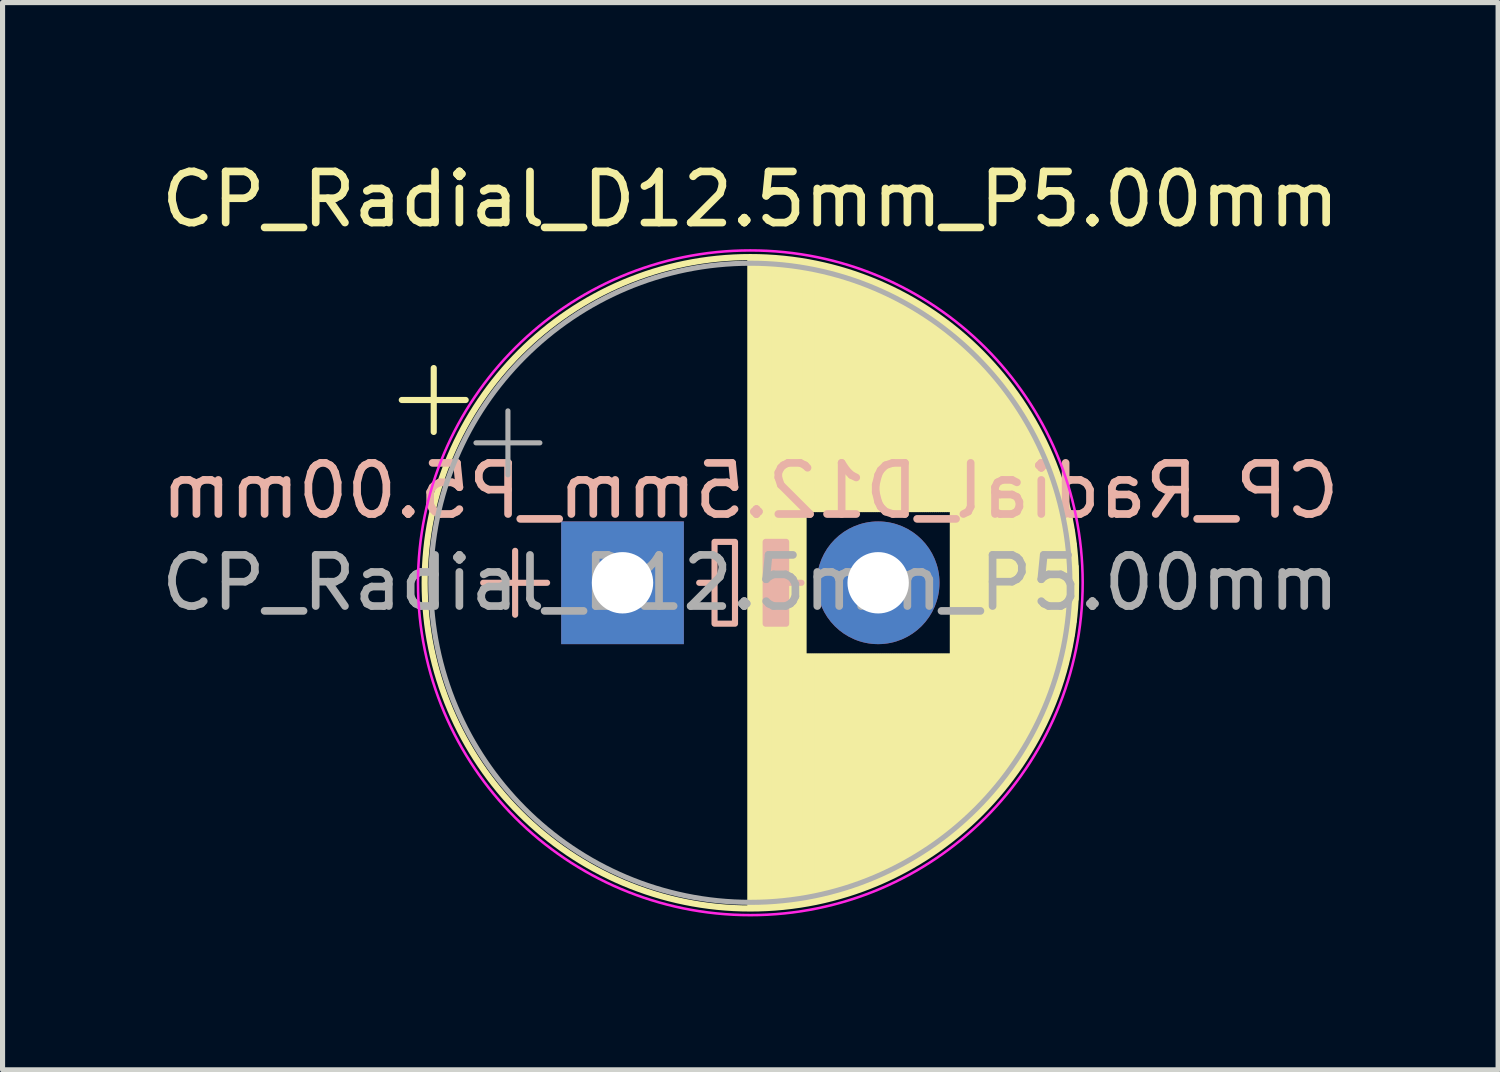
<source format=kicad_pcb>
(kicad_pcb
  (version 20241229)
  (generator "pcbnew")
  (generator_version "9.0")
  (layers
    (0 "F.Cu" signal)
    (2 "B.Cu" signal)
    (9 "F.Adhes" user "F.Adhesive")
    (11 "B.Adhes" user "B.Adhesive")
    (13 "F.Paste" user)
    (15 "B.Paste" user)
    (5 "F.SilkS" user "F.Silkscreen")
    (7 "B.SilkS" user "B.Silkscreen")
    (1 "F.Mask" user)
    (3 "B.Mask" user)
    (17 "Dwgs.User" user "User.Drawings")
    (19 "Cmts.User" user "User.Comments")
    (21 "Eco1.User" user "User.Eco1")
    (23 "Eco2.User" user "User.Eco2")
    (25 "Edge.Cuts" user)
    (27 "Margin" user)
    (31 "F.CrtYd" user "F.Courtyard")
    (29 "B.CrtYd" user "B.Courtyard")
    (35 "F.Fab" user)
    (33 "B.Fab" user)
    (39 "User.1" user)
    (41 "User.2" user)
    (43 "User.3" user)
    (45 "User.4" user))
  (footprint "CP_Radial_D12.5mm_P5.00mm"
    (layer "F.Cu")
    (at 9.125 8.348)
    (property "Reference" "CP_Radial_D12.5mm_P5.00mm" (at 2.5 -7.5 0) (layer "F.SilkS") (effects (font (size 1 1) (thickness 0.15))))
    (fp_line (start -4.317 -3.575) (end -3.067 -3.575) (stroke (width 0.12) (type solid)) (layer "F.SilkS"))
    (fp_line (start -3.692 -4.2) (end -3.692 -2.95) (stroke (width 0.12) (type solid)) (layer "F.SilkS"))
    (fp_line (start 2.5 -6.33) (end 2.5 6.33) (stroke (width 0.12) (type solid)) (layer "F.SilkS"))
    (fp_line (start 2.54 -6.33) (end 2.54 6.33) (stroke (width 0.12) (type solid)) (layer "F.SilkS"))
    (fp_line (start 2.58 -6.33) (end 2.58 6.33) (stroke (width 0.12) (type solid)) (layer "F.SilkS"))
    (fp_line (start 2.62 -6.329) (end 2.62 6.329) (stroke (width 0.12) (type solid)) (layer "F.SilkS"))
    (fp_line (start 2.66 -6.328) (end 2.66 6.328) (stroke (width 0.12) (type solid)) (layer "F.SilkS"))
    (fp_line (start 2.7 -6.327) (end 2.7 6.327) (stroke (width 0.12) (type solid)) (layer "F.SilkS"))
    (fp_line (start 2.74 -6.326) (end 2.74 6.326) (stroke (width 0.12) (type solid)) (layer "F.SilkS"))
    (fp_line (start 2.78 -6.324) (end 2.78 6.324) (stroke (width 0.12) (type solid)) (layer "F.SilkS"))
    (fp_line (start 2.82 -6.322) (end 2.82 6.322) (stroke (width 0.12) (type solid)) (layer "F.SilkS"))
    (fp_line (start 2.86 -6.32) (end 2.86 6.32) (stroke (width 0.12) (type solid)) (layer "F.SilkS"))
    (fp_line (start 2.9 -6.318) (end 2.9 6.318) (stroke (width 0.12) (type solid)) (layer "F.SilkS"))
    (fp_line (start 2.94 -6.315) (end 2.94 6.315) (stroke (width 0.12) (type solid)) (layer "F.SilkS"))
    (fp_line (start 2.98 -6.312) (end 2.98 6.312) (stroke (width 0.12) (type solid)) (layer "F.SilkS"))
    (fp_line (start 3.02 -6.309) (end 3.02 6.309) (stroke (width 0.12) (type solid)) (layer "F.SilkS"))
    (fp_line (start 3.06 -6.306) (end 3.06 6.306) (stroke (width 0.12) (type solid)) (layer "F.SilkS"))
    (fp_line (start 3.1 -6.302) (end 3.1 6.302) (stroke (width 0.12) (type solid)) (layer "F.SilkS"))
    (fp_line (start 3.14 -6.298) (end 3.14 6.298) (stroke (width 0.12) (type solid)) (layer "F.SilkS"))
    (fp_line (start 3.18 -6.294) (end 3.18 6.294) (stroke (width 0.12) (type solid)) (layer "F.SilkS"))
    (fp_line (start 3.221 -6.29) (end 3.221 6.29) (stroke (width 0.12) (type solid)) (layer "F.SilkS"))
    (fp_line (start 3.261 -6.285) (end 3.261 6.285) (stroke (width 0.12) (type solid)) (layer "F.SilkS"))
    (fp_line (start 3.301 -6.28) (end 3.301 6.28) (stroke (width 0.12) (type solid)) (layer "F.SilkS"))
    (fp_line (start 3.341 -6.275) (end 3.341 6.275) (stroke (width 0.12) (type solid)) (layer "F.SilkS"))
    (fp_line (start 3.381 -6.269) (end 3.381 6.269) (stroke (width 0.12) (type solid)) (layer "F.SilkS"))
    (fp_line (start 3.421 -6.264) (end 3.421 6.264) (stroke (width 0.12) (type solid)) (layer "F.SilkS"))
    (fp_line (start 3.461 -6.258) (end 3.461 6.258) (stroke (width 0.12) (type solid)) (layer "F.SilkS"))
    (fp_line (start 3.501 -6.252) (end 3.501 6.252) (stroke (width 0.12) (type solid)) (layer "F.SilkS"))
    (fp_line (start 3.541 -6.245) (end 3.541 6.245) (stroke (width 0.12) (type solid)) (layer "F.SilkS"))
    (fp_line (start 3.581 -6.238) (end 3.581 -1.44) (stroke (width 0.12) (type solid)) (layer "F.SilkS"))
    (fp_line (start 3.581 1.44) (end 3.581 6.238) (stroke (width 0.12) (type solid)) (layer "F.SilkS"))
    (fp_line (start 3.621 -6.231) (end 3.621 -1.44) (stroke (width 0.12) (type solid)) (layer "F.SilkS"))
    (fp_line (start 3.621 1.44) (end 3.621 6.231) (stroke (width 0.12) (type solid)) (layer "F.SilkS"))
    (fp_line (start 3.661 -6.224) (end 3.661 -1.44) (stroke (width 0.12) (type solid)) (layer "F.SilkS"))
    (fp_line (start 3.661 1.44) (end 3.661 6.224) (stroke (width 0.12) (type solid)) (layer "F.SilkS"))
    (fp_line (start 3.701 -6.216) (end 3.701 -1.44) (stroke (width 0.12) (type solid)) (layer "F.SilkS"))
    (fp_line (start 3.701 1.44) (end 3.701 6.216) (stroke (width 0.12) (type solid)) (layer "F.SilkS"))
    (fp_line (start 3.741 -6.209) (end 3.741 -1.44) (stroke (width 0.12) (type solid)) (layer "F.SilkS"))
    (fp_line (start 3.741 1.44) (end 3.741 6.209) (stroke (width 0.12) (type solid)) (layer "F.SilkS"))
    (fp_line (start 3.781 -6.201) (end 3.781 -1.44) (stroke (width 0.12) (type solid)) (layer "F.SilkS"))
    (fp_line (start 3.781 1.44) (end 3.781 6.201) (stroke (width 0.12) (type solid)) (layer "F.SilkS"))
    (fp_line (start 3.821 -6.192) (end 3.821 -1.44) (stroke (width 0.12) (type solid)) (layer "F.SilkS"))
    (fp_line (start 3.821 1.44) (end 3.821 6.192) (stroke (width 0.12) (type solid)) (layer "F.SilkS"))
    (fp_line (start 3.861 -6.184) (end 3.861 -1.44) (stroke (width 0.12) (type solid)) (layer "F.SilkS"))
    (fp_line (start 3.861 1.44) (end 3.861 6.184) (stroke (width 0.12) (type solid)) (layer "F.SilkS"))
    (fp_line (start 3.901 -6.175) (end 3.901 -1.44) (stroke (width 0.12) (type solid)) (layer "F.SilkS"))
    (fp_line (start 3.901 1.44) (end 3.901 6.175) (stroke (width 0.12) (type solid)) (layer "F.SilkS"))
    (fp_line (start 3.941 -6.166) (end 3.941 -1.44) (stroke (width 0.12) (type solid)) (layer "F.SilkS"))
    (fp_line (start 3.941 1.44) (end 3.941 6.166) (stroke (width 0.12) (type solid)) (layer "F.SilkS"))
    (fp_line (start 3.981 -6.156) (end 3.981 -1.44) (stroke (width 0.12) (type solid)) (layer "F.SilkS"))
    (fp_line (start 3.981 1.44) (end 3.981 6.156) (stroke (width 0.12) (type solid)) (layer "F.SilkS"))
    (fp_line (start 4.021 -6.146) (end 4.021 -1.44) (stroke (width 0.12) (type solid)) (layer "F.SilkS"))
    (fp_line (start 4.021 1.44) (end 4.021 6.146) (stroke (width 0.12) (type solid)) (layer "F.SilkS"))
    (fp_line (start 4.061 -6.137) (end 4.061 -1.44) (stroke (width 0.12) (type solid)) (layer "F.SilkS"))
    (fp_line (start 4.061 1.44) (end 4.061 6.137) (stroke (width 0.12) (type solid)) (layer "F.SilkS"))
    (fp_line (start 4.101 -6.126) (end 4.101 -1.44) (stroke (width 0.12) (type solid)) (layer "F.SilkS"))
    (fp_line (start 4.101 1.44) (end 4.101 6.126) (stroke (width 0.12) (type solid)) (layer "F.SilkS"))
    (fp_line (start 4.141 -6.116) (end 4.141 -1.44) (stroke (width 0.12) (type solid)) (layer "F.SilkS"))
    (fp_line (start 4.141 1.44) (end 4.141 6.116) (stroke (width 0.12) (type solid)) (layer "F.SilkS"))
    (fp_line (start 4.181 -6.105) (end 4.181 -1.44) (stroke (width 0.12) (type solid)) (layer "F.SilkS"))
    (fp_line (start 4.181 1.44) (end 4.181 6.105) (stroke (width 0.12) (type solid)) (layer "F.SilkS"))
    (fp_line (start 4.221 -6.094) (end 4.221 -1.44) (stroke (width 0.12) (type solid)) (layer "F.SilkS"))
    (fp_line (start 4.221 1.44) (end 4.221 6.094) (stroke (width 0.12) (type solid)) (layer "F.SilkS"))
    (fp_line (start 4.261 -6.083) (end 4.261 -1.44) (stroke (width 0.12) (type solid)) (layer "F.SilkS"))
    (fp_line (start 4.261 1.44) (end 4.261 6.083) (stroke (width 0.12) (type solid)) (layer "F.SilkS"))
    (fp_line (start 4.301 -6.071) (end 4.301 -1.44) (stroke (width 0.12) (type solid)) (layer "F.SilkS"))
    (fp_line (start 4.301 1.44) (end 4.301 6.071) (stroke (width 0.12) (type solid)) (layer "F.SilkS"))
    (fp_line (start 4.341 -6.059) (end 4.341 -1.44) (stroke (width 0.12) (type solid)) (layer "F.SilkS"))
    (fp_line (start 4.341 1.44) (end 4.341 6.059) (stroke (width 0.12) (type solid)) (layer "F.SilkS"))
    (fp_line (start 4.381 -6.047) (end 4.381 -1.44) (stroke (width 0.12) (type solid)) (layer "F.SilkS"))
    (fp_line (start 4.381 1.44) (end 4.381 6.047) (stroke (width 0.12) (type solid)) (layer "F.SilkS"))
    (fp_line (start 4.421 -6.034) (end 4.421 -1.44) (stroke (width 0.12) (type solid)) (layer "F.SilkS"))
    (fp_line (start 4.421 1.44) (end 4.421 6.034) (stroke (width 0.12) (type solid)) (layer "F.SilkS"))
    (fp_line (start 4.461 -6.021) (end 4.461 -1.44) (stroke (width 0.12) (type solid)) (layer "F.SilkS"))
    (fp_line (start 4.461 1.44) (end 4.461 6.021) (stroke (width 0.12) (type solid)) (layer "F.SilkS"))
    (fp_line (start 4.501 -6.008) (end 4.501 -1.44) (stroke (width 0.12) (type solid)) (layer "F.SilkS"))
    (fp_line (start 4.501 1.44) (end 4.501 6.008) (stroke (width 0.12) (type solid)) (layer "F.SilkS"))
    (fp_line (start 4.541 -5.995) (end 4.541 -1.44) (stroke (width 0.12) (type solid)) (layer "F.SilkS"))
    (fp_line (start 4.541 1.44) (end 4.541 5.995) (stroke (width 0.12) (type solid)) (layer "F.SilkS"))
    (fp_line (start 4.581 -5.981) (end 4.581 -1.44) (stroke (width 0.12) (type solid)) (layer "F.SilkS"))
    (fp_line (start 4.581 1.44) (end 4.581 5.981) (stroke (width 0.12) (type solid)) (layer "F.SilkS"))
    (fp_line (start 4.621 -5.967) (end 4.621 -1.44) (stroke (width 0.12) (type solid)) (layer "F.SilkS"))
    (fp_line (start 4.621 1.44) (end 4.621 5.967) (stroke (width 0.12) (type solid)) (layer "F.SilkS"))
    (fp_line (start 4.661 -5.953) (end 4.661 -1.44) (stroke (width 0.12) (type solid)) (layer "F.SilkS"))
    (fp_line (start 4.661 1.44) (end 4.661 5.953) (stroke (width 0.12) (type solid)) (layer "F.SilkS"))
    (fp_line (start 4.701 -5.939) (end 4.701 -1.44) (stroke (width 0.12) (type solid)) (layer "F.SilkS"))
    (fp_line (start 4.701 1.44) (end 4.701 5.939) (stroke (width 0.12) (type solid)) (layer "F.SilkS"))
    (fp_line (start 4.741 -5.924) (end 4.741 -1.44) (stroke (width 0.12) (type solid)) (layer "F.SilkS"))
    (fp_line (start 4.741 1.44) (end 4.741 5.924) (stroke (width 0.12) (type solid)) (layer "F.SilkS"))
    (fp_line (start 4.781 -5.908) (end 4.781 -1.44) (stroke (width 0.12) (type solid)) (layer "F.SilkS"))
    (fp_line (start 4.781 1.44) (end 4.781 5.908) (stroke (width 0.12) (type solid)) (layer "F.SilkS"))
    (fp_line (start 4.821 -5.893) (end 4.821 -1.44) (stroke (width 0.12) (type solid)) (layer "F.SilkS"))
    (fp_line (start 4.821 1.44) (end 4.821 5.893) (stroke (width 0.12) (type solid)) (layer "F.SilkS"))
    (fp_line (start 4.861 -5.877) (end 4.861 -1.44) (stroke (width 0.12) (type solid)) (layer "F.SilkS"))
    (fp_line (start 4.861 1.44) (end 4.861 5.877) (stroke (width 0.12) (type solid)) (layer "F.SilkS"))
    (fp_line (start 4.901 -5.861) (end 4.901 -1.44) (stroke (width 0.12) (type solid)) (layer "F.SilkS"))
    (fp_line (start 4.901 1.44) (end 4.901 5.861) (stroke (width 0.12) (type solid)) (layer "F.SilkS"))
    (fp_line (start 4.941 -5.845) (end 4.941 -1.44) (stroke (width 0.12) (type solid)) (layer "F.SilkS"))
    (fp_line (start 4.941 1.44) (end 4.941 5.845) (stroke (width 0.12) (type solid)) (layer "F.SilkS"))
    (fp_line (start 4.981 -5.828) (end 4.981 -1.44) (stroke (width 0.12) (type solid)) (layer "F.SilkS"))
    (fp_line (start 4.981 1.44) (end 4.981 5.828) (stroke (width 0.12) (type solid)) (layer "F.SilkS"))
    (fp_line (start 5.021 -5.811) (end 5.021 -1.44) (stroke (width 0.12) (type solid)) (layer "F.SilkS"))
    (fp_line (start 5.021 1.44) (end 5.021 5.811) (stroke (width 0.12) (type solid)) (layer "F.SilkS"))
    (fp_line (start 5.061 -5.793) (end 5.061 -1.44) (stroke (width 0.12) (type solid)) (layer "F.SilkS"))
    (fp_line (start 5.061 1.44) (end 5.061 5.793) (stroke (width 0.12) (type solid)) (layer "F.SilkS"))
    (fp_line (start 5.101 -5.776) (end 5.101 -1.44) (stroke (width 0.12) (type solid)) (layer "F.SilkS"))
    (fp_line (start 5.101 1.44) (end 5.101 5.776) (stroke (width 0.12) (type solid)) (layer "F.SilkS"))
    (fp_line (start 5.141 -5.758) (end 5.141 -1.44) (stroke (width 0.12) (type solid)) (layer "F.SilkS"))
    (fp_line (start 5.141 1.44) (end 5.141 5.758) (stroke (width 0.12) (type solid)) (layer "F.SilkS"))
    (fp_line (start 5.181 -5.739) (end 5.181 -1.44) (stroke (width 0.12) (type solid)) (layer "F.SilkS"))
    (fp_line (start 5.181 1.44) (end 5.181 5.739) (stroke (width 0.12) (type solid)) (layer "F.SilkS"))
    (fp_line (start 5.221 -5.721) (end 5.221 -1.44) (stroke (width 0.12) (type solid)) (layer "F.SilkS"))
    (fp_line (start 5.221 1.44) (end 5.221 5.721) (stroke (width 0.12) (type solid)) (layer "F.SilkS"))
    (fp_line (start 5.261 -5.702) (end 5.261 -1.44) (stroke (width 0.12) (type solid)) (layer "F.SilkS"))
    (fp_line (start 5.261 1.44) (end 5.261 5.702) (stroke (width 0.12) (type solid)) (layer "F.SilkS"))
    (fp_line (start 5.301 -5.682) (end 5.301 -1.44) (stroke (width 0.12) (type solid)) (layer "F.SilkS"))
    (fp_line (start 5.301 1.44) (end 5.301 5.682) (stroke (width 0.12) (type solid)) (layer "F.SilkS"))
    (fp_line (start 5.341 -5.662) (end 5.341 -1.44) (stroke (width 0.12) (type solid)) (layer "F.SilkS"))
    (fp_line (start 5.341 1.44) (end 5.341 5.662) (stroke (width 0.12) (type solid)) (layer "F.SilkS"))
    (fp_line (start 5.381 -5.642) (end 5.381 -1.44) (stroke (width 0.12) (type solid)) (layer "F.SilkS"))
    (fp_line (start 5.381 1.44) (end 5.381 5.642) (stroke (width 0.12) (type solid)) (layer "F.SilkS"))
    (fp_line (start 5.421 -5.622) (end 5.421 -1.44) (stroke (width 0.12) (type solid)) (layer "F.SilkS"))
    (fp_line (start 5.421 1.44) (end 5.421 5.622) (stroke (width 0.12) (type solid)) (layer "F.SilkS"))
    (fp_line (start 5.461 -5.601) (end 5.461 -1.44) (stroke (width 0.12) (type solid)) (layer "F.SilkS"))
    (fp_line (start 5.461 1.44) (end 5.461 5.601) (stroke (width 0.12) (type solid)) (layer "F.SilkS"))
    (fp_line (start 5.501 -5.58) (end 5.501 -1.44) (stroke (width 0.12) (type solid)) (layer "F.SilkS"))
    (fp_line (start 5.501 1.44) (end 5.501 5.58) (stroke (width 0.12) (type solid)) (layer "F.SilkS"))
    (fp_line (start 5.541 -5.558) (end 5.541 -1.44) (stroke (width 0.12) (type solid)) (layer "F.SilkS"))
    (fp_line (start 5.541 1.44) (end 5.541 5.558) (stroke (width 0.12) (type solid)) (layer "F.SilkS"))
    (fp_line (start 5.581 -5.536) (end 5.581 -1.44) (stroke (width 0.12) (type solid)) (layer "F.SilkS"))
    (fp_line (start 5.581 1.44) (end 5.581 5.536) (stroke (width 0.12) (type solid)) (layer "F.SilkS"))
    (fp_line (start 5.621 -5.514) (end 5.621 -1.44) (stroke (width 0.12) (type solid)) (layer "F.SilkS"))
    (fp_line (start 5.621 1.44) (end 5.621 5.514) (stroke (width 0.12) (type solid)) (layer "F.SilkS"))
    (fp_line (start 5.661 -5.491) (end 5.661 -1.44) (stroke (width 0.12) (type solid)) (layer "F.SilkS"))
    (fp_line (start 5.661 1.44) (end 5.661 5.491) (stroke (width 0.12) (type solid)) (layer "F.SilkS"))
    (fp_line (start 5.701 -5.468) (end 5.701 -1.44) (stroke (width 0.12) (type solid)) (layer "F.SilkS"))
    (fp_line (start 5.701 1.44) (end 5.701 5.468) (stroke (width 0.12) (type solid)) (layer "F.SilkS"))
    (fp_line (start 5.741 -5.445) (end 5.741 -1.44) (stroke (width 0.12) (type solid)) (layer "F.SilkS"))
    (fp_line (start 5.741 1.44) (end 5.741 5.445) (stroke (width 0.12) (type solid)) (layer "F.SilkS"))
    (fp_line (start 5.781 -5.421) (end 5.781 -1.44) (stroke (width 0.12) (type solid)) (layer "F.SilkS"))
    (fp_line (start 5.781 1.44) (end 5.781 5.421) (stroke (width 0.12) (type solid)) (layer "F.SilkS"))
    (fp_line (start 5.821 -5.397) (end 5.821 -1.44) (stroke (width 0.12) (type solid)) (layer "F.SilkS"))
    (fp_line (start 5.821 1.44) (end 5.821 5.397) (stroke (width 0.12) (type solid)) (layer "F.SilkS"))
    (fp_line (start 5.861 -5.372) (end 5.861 -1.44) (stroke (width 0.12) (type solid)) (layer "F.SilkS"))
    (fp_line (start 5.861 1.44) (end 5.861 5.372) (stroke (width 0.12) (type solid)) (layer "F.SilkS"))
    (fp_line (start 5.901 -5.347) (end 5.901 -1.44) (stroke (width 0.12) (type solid)) (layer "F.SilkS"))
    (fp_line (start 5.901 1.44) (end 5.901 5.347) (stroke (width 0.12) (type solid)) (layer "F.SilkS"))
    (fp_line (start 5.941 -5.322) (end 5.941 -1.44) (stroke (width 0.12) (type solid)) (layer "F.SilkS"))
    (fp_line (start 5.941 1.44) (end 5.941 5.322) (stroke (width 0.12) (type solid)) (layer "F.SilkS"))
    (fp_line (start 5.981 -5.296) (end 5.981 -1.44) (stroke (width 0.12) (type solid)) (layer "F.SilkS"))
    (fp_line (start 5.981 1.44) (end 5.981 5.296) (stroke (width 0.12) (type solid)) (layer "F.SilkS"))
    (fp_line (start 6.021 -5.27) (end 6.021 -1.44) (stroke (width 0.12) (type solid)) (layer "F.SilkS"))
    (fp_line (start 6.021 1.44) (end 6.021 5.27) (stroke (width 0.12) (type solid)) (layer "F.SilkS"))
    (fp_line (start 6.061 -5.243) (end 6.061 -1.44) (stroke (width 0.12) (type solid)) (layer "F.SilkS"))
    (fp_line (start 6.061 1.44) (end 6.061 5.243) (stroke (width 0.12) (type solid)) (layer "F.SilkS"))
    (fp_line (start 6.101 -5.216) (end 6.101 -1.44) (stroke (width 0.12) (type solid)) (layer "F.SilkS"))
    (fp_line (start 6.101 1.44) (end 6.101 5.216) (stroke (width 0.12) (type solid)) (layer "F.SilkS"))
    (fp_line (start 6.141 -5.188) (end 6.141 -1.44) (stroke (width 0.12) (type solid)) (layer "F.SilkS"))
    (fp_line (start 6.141 1.44) (end 6.141 5.188) (stroke (width 0.12) (type solid)) (layer "F.SilkS"))
    (fp_line (start 6.181 -5.16) (end 6.181 -1.44) (stroke (width 0.12) (type solid)) (layer "F.SilkS"))
    (fp_line (start 6.181 1.44) (end 6.181 5.16) (stroke (width 0.12) (type solid)) (layer "F.SilkS"))
    (fp_line (start 6.221 -5.131) (end 6.221 -1.44) (stroke (width 0.12) (type solid)) (layer "F.SilkS"))
    (fp_line (start 6.221 1.44) (end 6.221 5.131) (stroke (width 0.12) (type solid)) (layer "F.SilkS"))
    (fp_line (start 6.261 -5.102) (end 6.261 -1.44) (stroke (width 0.12) (type solid)) (layer "F.SilkS"))
    (fp_line (start 6.261 1.44) (end 6.261 5.102) (stroke (width 0.12) (type solid)) (layer "F.SilkS"))
    (fp_line (start 6.301 -5.073) (end 6.301 -1.44) (stroke (width 0.12) (type solid)) (layer "F.SilkS"))
    (fp_line (start 6.301 1.44) (end 6.301 5.073) (stroke (width 0.12) (type solid)) (layer "F.SilkS"))
    (fp_line (start 6.341 -5.043) (end 6.341 -1.44) (stroke (width 0.12) (type solid)) (layer "F.SilkS"))
    (fp_line (start 6.341 1.44) (end 6.341 5.043) (stroke (width 0.12) (type solid)) (layer "F.SilkS"))
    (fp_line (start 6.381 -5.012) (end 6.381 -1.44) (stroke (width 0.12) (type solid)) (layer "F.SilkS"))
    (fp_line (start 6.381 1.44) (end 6.381 5.012) (stroke (width 0.12) (type solid)) (layer "F.SilkS"))
    (fp_line (start 6.421 -4.982) (end 6.421 -1.44) (stroke (width 0.12) (type solid)) (layer "F.SilkS"))
    (fp_line (start 6.421 1.44) (end 6.421 4.982) (stroke (width 0.12) (type solid)) (layer "F.SilkS"))
    (fp_line (start 6.461 -4.95) (end 6.461 4.95) (stroke (width 0.12) (type solid)) (layer "F.SilkS"))
    (fp_line (start 6.501 -4.918) (end 6.501 4.918) (stroke (width 0.12) (type solid)) (layer "F.SilkS"))
    (fp_line (start 6.541 -4.885) (end 6.541 4.885) (stroke (width 0.12) (type solid)) (layer "F.SilkS"))
    (fp_line (start 6.581 -4.852) (end 6.581 4.852) (stroke (width 0.12) (type solid)) (layer "F.SilkS"))
    (fp_line (start 6.621 -4.819) (end 6.621 4.819) (stroke (width 0.12) (type solid)) (layer "F.SilkS"))
    (fp_line (start 6.661 -4.785) (end 6.661 4.785) (stroke (width 0.12) (type solid)) (layer "F.SilkS"))
    (fp_line (start 6.701 -4.75) (end 6.701 4.75) (stroke (width 0.12) (type solid)) (layer "F.SilkS"))
    (fp_line (start 6.741 -4.714) (end 6.741 4.714) (stroke (width 0.12) (type solid)) (layer "F.SilkS"))
    (fp_line (start 6.781 -4.678) (end 6.781 4.678) (stroke (width 0.12) (type solid)) (layer "F.SilkS"))
    (fp_line (start 6.821 -4.642) (end 6.821 4.642) (stroke (width 0.12) (type solid)) (layer "F.SilkS"))
    (fp_line (start 6.861 -4.605) (end 6.861 4.605) (stroke (width 0.12) (type solid)) (layer "F.SilkS"))
    (fp_line (start 6.901 -4.567) (end 6.901 4.567) (stroke (width 0.12) (type solid)) (layer "F.SilkS"))
    (fp_line (start 6.941 -4.528) (end 6.941 4.528) (stroke (width 0.12) (type solid)) (layer "F.SilkS"))
    (fp_line (start 6.981 -4.489) (end 6.981 4.489) (stroke (width 0.12) (type solid)) (layer "F.SilkS"))
    (fp_line (start 7.021 -4.449) (end 7.021 4.449) (stroke (width 0.12) (type solid)) (layer "F.SilkS"))
    (fp_line (start 7.061 -4.408) (end 7.061 4.408) (stroke (width 0.12) (type solid)) (layer "F.SilkS"))
    (fp_line (start 7.101 -4.367) (end 7.101 4.367) (stroke (width 0.12) (type solid)) (layer "F.SilkS"))
    (fp_line (start 7.141 -4.325) (end 7.141 4.325) (stroke (width 0.12) (type solid)) (layer "F.SilkS"))
    (fp_line (start 7.181 -4.282) (end 7.181 4.282) (stroke (width 0.12) (type solid)) (layer "F.SilkS"))
    (fp_line (start 7.221 -4.238) (end 7.221 4.238) (stroke (width 0.12) (type solid)) (layer "F.SilkS"))
    (fp_line (start 7.261 -4.194) (end 7.261 4.194) (stroke (width 0.12) (type solid)) (layer "F.SilkS"))
    (fp_line (start 7.301 -4.148) (end 7.301 4.148) (stroke (width 0.12) (type solid)) (layer "F.SilkS"))
    (fp_line (start 7.341 -4.102) (end 7.341 4.102) (stroke (width 0.12) (type solid)) (layer "F.SilkS"))
    (fp_line (start 7.381 -4.055) (end 7.381 4.055) (stroke (width 0.12) (type solid)) (layer "F.SilkS"))
    (fp_line (start 7.421 -4.007) (end 7.421 4.007) (stroke (width 0.12) (type solid)) (layer "F.SilkS"))
    (fp_line (start 7.461 -3.957) (end 7.461 3.957) (stroke (width 0.12) (type solid)) (layer "F.SilkS"))
    (fp_line (start 7.501 -3.907) (end 7.501 3.907) (stroke (width 0.12) (type solid)) (layer "F.SilkS"))
    (fp_line (start 7.541 -3.856) (end 7.541 3.856) (stroke (width 0.12) (type solid)) (layer "F.SilkS"))
    (fp_line (start 7.581 -3.804) (end 7.581 3.804) (stroke (width 0.12) (type solid)) (layer "F.SilkS"))
    (fp_line (start 7.621 -3.75) (end 7.621 3.75) (stroke (width 0.12) (type solid)) (layer "F.SilkS"))
    (fp_line (start 7.661 -3.696) (end 7.661 3.696) (stroke (width 0.12) (type solid)) (layer "F.SilkS"))
    (fp_line (start 7.701 -3.64) (end 7.701 3.64) (stroke (width 0.12) (type solid)) (layer "F.SilkS"))
    (fp_line (start 7.741 -3.583) (end 7.741 3.583) (stroke (width 0.12) (type solid)) (layer "F.SilkS"))
    (fp_line (start 7.781 -3.524) (end 7.781 3.524) (stroke (width 0.12) (type solid)) (layer "F.SilkS"))
    (fp_line (start 7.821 -3.464) (end 7.821 3.464) (stroke (width 0.12) (type solid)) (layer "F.SilkS"))
    (fp_line (start 7.861 -3.402) (end 7.861 3.402) (stroke (width 0.12) (type solid)) (layer "F.SilkS"))
    (fp_line (start 7.901 -3.339) (end 7.901 3.339) (stroke (width 0.12) (type solid)) (layer "F.SilkS"))
    (fp_line (start 7.941 -3.275) (end 7.941 3.275) (stroke (width 0.12) (type solid)) (layer "F.SilkS"))
    (fp_line (start 7.981 -3.208) (end 7.981 3.208) (stroke (width 0.12) (type solid)) (layer "F.SilkS"))
    (fp_line (start 8.021 -3.14) (end 8.021 3.14) (stroke (width 0.12) (type solid)) (layer "F.SilkS"))
    (fp_line (start 8.061 -3.069) (end 8.061 3.069) (stroke (width 0.12) (type solid)) (layer "F.SilkS"))
    (fp_line (start 8.101 -2.996) (end 8.101 2.996) (stroke (width 0.12) (type solid)) (layer "F.SilkS"))
    (fp_line (start 8.141 -2.921) (end 8.141 2.921) (stroke (width 0.12) (type solid)) (layer "F.SilkS"))
    (fp_line (start 8.181 -2.844) (end 8.181 2.844) (stroke (width 0.12) (type solid)) (layer "F.SilkS"))
    (fp_line (start 8.221 -2.764) (end 8.221 2.764) (stroke (width 0.12) (type solid)) (layer "F.SilkS"))
    (fp_line (start 8.261 -2.681) (end 8.261 2.681) (stroke (width 0.12) (type solid)) (layer "F.SilkS"))
    (fp_line (start 8.301 -2.594) (end 8.301 2.594) (stroke (width 0.12) (type solid)) (layer "F.SilkS"))
    (fp_line (start 8.341 -2.504) (end 8.341 2.504) (stroke (width 0.12) (type solid)) (layer "F.SilkS"))
    (fp_line (start 8.381 -2.41) (end 8.381 2.41) (stroke (width 0.12) (type solid)) (layer "F.SilkS"))
    (fp_line (start 8.421 -2.312) (end 8.421 2.312) (stroke (width 0.12) (type solid)) (layer "F.SilkS"))
    (fp_line (start 8.461 -2.209) (end 8.461 2.209) (stroke (width 0.12) (type solid)) (layer "F.SilkS"))
    (fp_line (start 8.501 -2.1) (end 8.501 2.1) (stroke (width 0.12) (type solid)) (layer "F.SilkS"))
    (fp_line (start 8.541 -1.984) (end 8.541 1.984) (stroke (width 0.12) (type solid)) (layer "F.SilkS"))
    (fp_line (start 8.581 -1.861) (end 8.581 1.861) (stroke (width 0.12) (type solid)) (layer "F.SilkS"))
    (fp_line (start 8.621 -1.728) (end 8.621 1.728) (stroke (width 0.12) (type solid)) (layer "F.SilkS"))
    (fp_line (start 8.661 -1.583) (end 8.661 1.583) (stroke (width 0.12) (type solid)) (layer "F.SilkS"))
    (fp_line (start 8.701 -1.422) (end 8.701 1.422) (stroke (width 0.12) (type solid)) (layer "F.SilkS"))
    (fp_line (start 8.741 -1.241) (end 8.741 1.241) (stroke (width 0.12) (type solid)) (layer "F.SilkS"))
    (fp_line (start 8.781 -1.028) (end 8.781 1.028) (stroke (width 0.12) (type solid)) (layer "F.SilkS"))
    (fp_line (start 8.821 -0.757) (end 8.821 0.757) (stroke (width 0.12) (type solid)) (layer "F.SilkS"))
    (fp_line (start 8.861 -0.317) (end 8.861 0.317) (stroke (width 0.12) (type solid)) (layer "F.SilkS"))
    (fp_circle (center 2.5 0) (end 8.87 0) (stroke (width 0.12) (type solid)) (fill no) (layer "F.SilkS"))
    (fp_line (start -2.1 -0.625) (end -2.1 0.625) (stroke (width 0.12) (type solid)) (layer "B.SilkS"))
    (fp_line (start -1.475 0) (end -2.725 0) (stroke (width 0.12) (type solid)) (layer "B.SilkS"))
    (fp_line (start 1.8 0) (end 1.5 0) (stroke (width 0.12) (type solid)) (layer "B.SilkS"))
    (fp_line (start 3.5 0) (end 3.2 0) (stroke (width 0.12) (type solid)) (layer "B.SilkS"))
    (fp_rect (start 2.2 -0.8) (end 1.8 0.8) (stroke (width 0.12) (type solid)) (fill no) (layer "B.SilkS"))
    (fp_rect (start 3.2 -0.8) (end 2.8 0.8) (stroke (width 0.12) (type solid)) (fill yes) (layer "B.SilkS"))
    (fp_circle (center 2.5 0) (end 9 0) (stroke (width 0.05) (type solid)) (fill no) (layer "F.CrtYd"))
    (fp_line (start -2.866 -2.737) (end -1.616 -2.737) (stroke (width 0.1) (type solid)) (layer "F.Fab"))
    (fp_line (start -2.241 -3.362) (end -2.241 -2.112) (stroke (width 0.1) (type solid)) (layer "F.Fab"))
    (fp_circle (center 2.5 0) (end 8.75 0) (stroke (width 0.1) (type solid)) (fill no) (layer "F.Fab"))
    (fp_text user "${REFERENCE}" (at 2.5 -1.8 0) (layer "B.SilkS") (effects (font (size 1 1) (thickness 0.15)) (justify mirror)))
    (fp_text user "${REFERENCE}" (at 2.5 0 0) (layer "F.Fab") (effects (font (size 1 1) (thickness 0.15))))
    (pad "1" thru_hole rect (at 0 0) (size 2.4 2.4) (drill 1.2) (layers "*.Cu" "*.Mask"))
    (pad "2" thru_hole circle (at 5 0) (size 2.4 2.4) (drill 1.2) (layers "*.Cu" "*.Mask")))
  (gr_rect
    (start -3 -3)
    (end 26.25 17.873)
    (stroke (width 0.1) (type default))
    (fill no)
    (layer "Edge.Cuts")))
</source>
